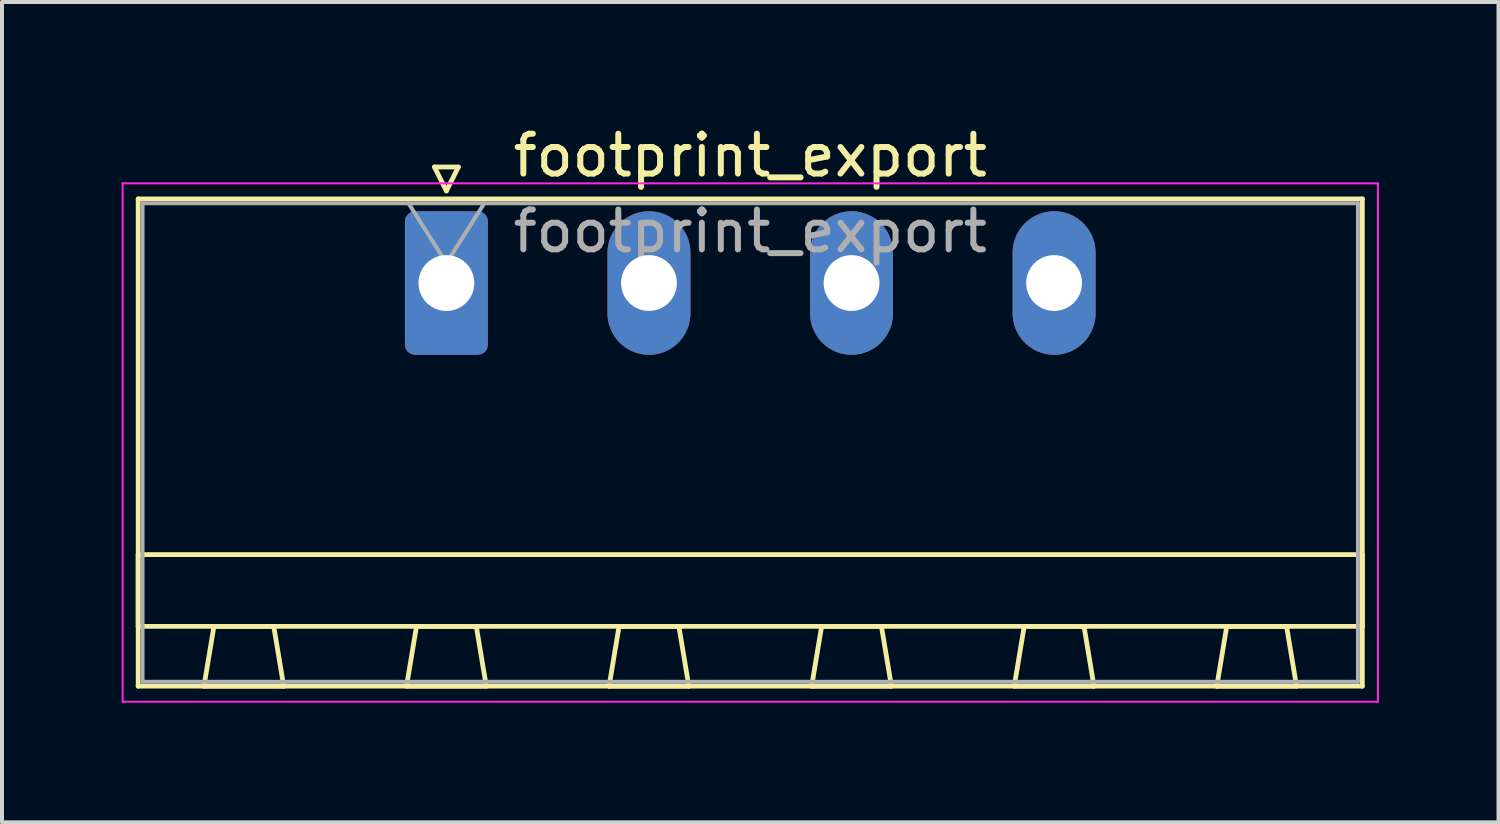
<source format=kicad_pcb>
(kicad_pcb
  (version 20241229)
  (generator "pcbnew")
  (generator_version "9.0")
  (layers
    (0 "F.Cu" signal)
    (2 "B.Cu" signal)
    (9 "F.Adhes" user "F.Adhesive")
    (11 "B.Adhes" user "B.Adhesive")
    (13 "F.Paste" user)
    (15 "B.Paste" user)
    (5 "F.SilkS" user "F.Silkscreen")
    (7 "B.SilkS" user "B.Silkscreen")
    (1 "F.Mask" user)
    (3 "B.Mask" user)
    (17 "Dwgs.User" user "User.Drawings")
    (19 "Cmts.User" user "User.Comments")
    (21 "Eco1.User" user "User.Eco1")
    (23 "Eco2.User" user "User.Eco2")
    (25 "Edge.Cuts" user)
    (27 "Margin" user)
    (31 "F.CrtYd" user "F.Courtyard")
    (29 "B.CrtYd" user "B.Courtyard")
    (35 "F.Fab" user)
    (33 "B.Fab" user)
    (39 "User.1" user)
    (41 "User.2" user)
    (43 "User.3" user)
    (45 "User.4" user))
  (footprint "footprint_export"
    (layer "F.Cu")
    (at 8.145 4.048)
    (property "Reference" "footprint_export" (at 7.62 -3.2 0) (layer "F.SilkS") (effects (font (size 1 1) (thickness 0.15))))
    (attr through_hole)
    (fp_line (start -7.73 -2.11) (end -7.73 10.11) (stroke (width 0.12) (type solid)) (layer "F.SilkS"))
    (fp_line (start -7.73 6.81) (end 22.97 6.81) (stroke (width 0.12) (type solid)) (layer "F.SilkS"))
    (fp_line (start -7.73 8.61) (end -7.73 6.81) (stroke (width 0.12) (type solid)) (layer "F.SilkS"))
    (fp_line (start -7.73 10.11) (end 22.97 10.11) (stroke (width 0.12) (type solid)) (layer "F.SilkS"))
    (fp_line (start -6.08 10.11) (end -4.08 10.11) (stroke (width 0.12) (type solid)) (layer "F.SilkS"))
    (fp_line (start -5.83 8.61) (end -6.08 10.11) (stroke (width 0.12) (type solid)) (layer "F.SilkS"))
    (fp_line (start -4.33 8.61) (end -5.83 8.61) (stroke (width 0.12) (type solid)) (layer "F.SilkS"))
    (fp_line (start -4.08 10.11) (end -4.33 8.61) (stroke (width 0.12) (type solid)) (layer "F.SilkS"))
    (fp_line (start -1 10.11) (end 1 10.11) (stroke (width 0.12) (type solid)) (layer "F.SilkS"))
    (fp_line (start -0.75 8.61) (end -1 10.11) (stroke (width 0.12) (type solid)) (layer "F.SilkS"))
    (fp_line (start -0.3 -2.91) (end 0.3 -2.91) (stroke (width 0.12) (type solid)) (layer "F.SilkS"))
    (fp_line (start 0 -2.31) (end -0.3 -2.91) (stroke (width 0.12) (type solid)) (layer "F.SilkS"))
    (fp_line (start 0.3 -2.91) (end 0 -2.31) (stroke (width 0.12) (type solid)) (layer "F.SilkS"))
    (fp_line (start 0.75 8.61) (end -0.75 8.61) (stroke (width 0.12) (type solid)) (layer "F.SilkS"))
    (fp_line (start 1 10.11) (end 0.75 8.61) (stroke (width 0.12) (type solid)) (layer "F.SilkS"))
    (fp_line (start 4.08 10.11) (end 6.08 10.11) (stroke (width 0.12) (type solid)) (layer "F.SilkS"))
    (fp_line (start 4.33 8.61) (end 4.08 10.11) (stroke (width 0.12) (type solid)) (layer "F.SilkS"))
    (fp_line (start 5.83 8.61) (end 4.33 8.61) (stroke (width 0.12) (type solid)) (layer "F.SilkS"))
    (fp_line (start 6.08 10.11) (end 5.83 8.61) (stroke (width 0.12) (type solid)) (layer "F.SilkS"))
    (fp_line (start 9.16 10.11) (end 11.16 10.11) (stroke (width 0.12) (type solid)) (layer "F.SilkS"))
    (fp_line (start 9.41 8.61) (end 9.16 10.11) (stroke (width 0.12) (type solid)) (layer "F.SilkS"))
    (fp_line (start 10.91 8.61) (end 9.41 8.61) (stroke (width 0.12) (type solid)) (layer "F.SilkS"))
    (fp_line (start 11.16 10.11) (end 10.91 8.61) (stroke (width 0.12) (type solid)) (layer "F.SilkS"))
    (fp_line (start 14.24 10.11) (end 16.24 10.11) (stroke (width 0.12) (type solid)) (layer "F.SilkS"))
    (fp_line (start 14.49 8.61) (end 14.24 10.11) (stroke (width 0.12) (type solid)) (layer "F.SilkS"))
    (fp_line (start 15.99 8.61) (end 14.49 8.61) (stroke (width 0.12) (type solid)) (layer "F.SilkS"))
    (fp_line (start 16.24 10.11) (end 15.99 8.61) (stroke (width 0.12) (type solid)) (layer "F.SilkS"))
    (fp_line (start 19.32 10.11) (end 21.32 10.11) (stroke (width 0.12) (type solid)) (layer "F.SilkS"))
    (fp_line (start 19.57 8.61) (end 19.32 10.11) (stroke (width 0.12) (type solid)) (layer "F.SilkS"))
    (fp_line (start 21.07 8.61) (end 19.57 8.61) (stroke (width 0.12) (type solid)) (layer "F.SilkS"))
    (fp_line (start 21.32 10.11) (end 21.07 8.61) (stroke (width 0.12) (type solid)) (layer "F.SilkS"))
    (fp_line (start 22.97 -2.11) (end -7.73 -2.11) (stroke (width 0.12) (type solid)) (layer "F.SilkS"))
    (fp_line (start 22.97 6.81) (end 22.97 8.61) (stroke (width 0.12) (type solid)) (layer "F.SilkS"))
    (fp_line (start 22.97 8.61) (end -7.73 8.61) (stroke (width 0.12) (type solid)) (layer "F.SilkS"))
    (fp_line (start 22.97 10.11) (end 22.97 -2.11) (stroke (width 0.12) (type solid)) (layer "F.SilkS"))
    (fp_line (start -8.12 -2.5) (end -8.12 10.5) (stroke (width 0.05) (type solid)) (layer "F.CrtYd"))
    (fp_line (start -8.12 10.5) (end 23.36 10.5) (stroke (width 0.05) (type solid)) (layer "F.CrtYd"))
    (fp_line (start 23.36 -2.5) (end -8.12 -2.5) (stroke (width 0.05) (type solid)) (layer "F.CrtYd"))
    (fp_line (start 23.36 10.5) (end 23.36 -2.5) (stroke (width 0.05) (type solid)) (layer "F.CrtYd"))
    (fp_line (start -7.62 -2) (end -7.62 10) (stroke (width 0.1) (type solid)) (layer "F.Fab"))
    (fp_line (start -7.62 10) (end 22.86 10) (stroke (width 0.1) (type solid)) (layer "F.Fab"))
    (fp_line (start 0 -0.5) (end -0.95 -2) (stroke (width 0.1) (type solid)) (layer "F.Fab"))
    (fp_line (start 0.95 -2) (end 0 -0.5) (stroke (width 0.1) (type solid)) (layer "F.Fab"))
    (fp_line (start 22.86 -2) (end -7.62 -2) (stroke (width 0.1) (type solid)) (layer "F.Fab"))
    (fp_line (start 22.86 10) (end 22.86 -2) (stroke (width 0.1) (type solid)) (layer "F.Fab"))
    (fp_text user "${REFERENCE}" (at 7.62 -1.3 0) (layer "F.Fab") (effects (font (size 1 1) (thickness 0.15))))
    (pad "1" thru_hole roundrect (at 0 0) (size 2.08 3.6) (drill 1.4) (layers "*.Cu" "*.Mask") (roundrect_rratio 0.12))
    (pad "2" thru_hole oval (at 5.08 0) (size 2.08 3.6) (drill 1.4) (layers "*.Cu" "*.Mask"))
    (pad "3" thru_hole oval (at 10.16 0) (size 2.08 3.6) (drill 1.4) (layers "*.Cu" "*.Mask"))
    (pad "4" thru_hole oval (at 15.24 0) (size 2.08 3.6) (drill 1.4) (layers "*.Cu" "*.Mask")))
  (gr_rect
    (start -3 -3)
    (end 34.53 17.573)
    (stroke (width 0.1) (type default))
    (fill no)
    (layer "Edge.Cuts")))
</source>
